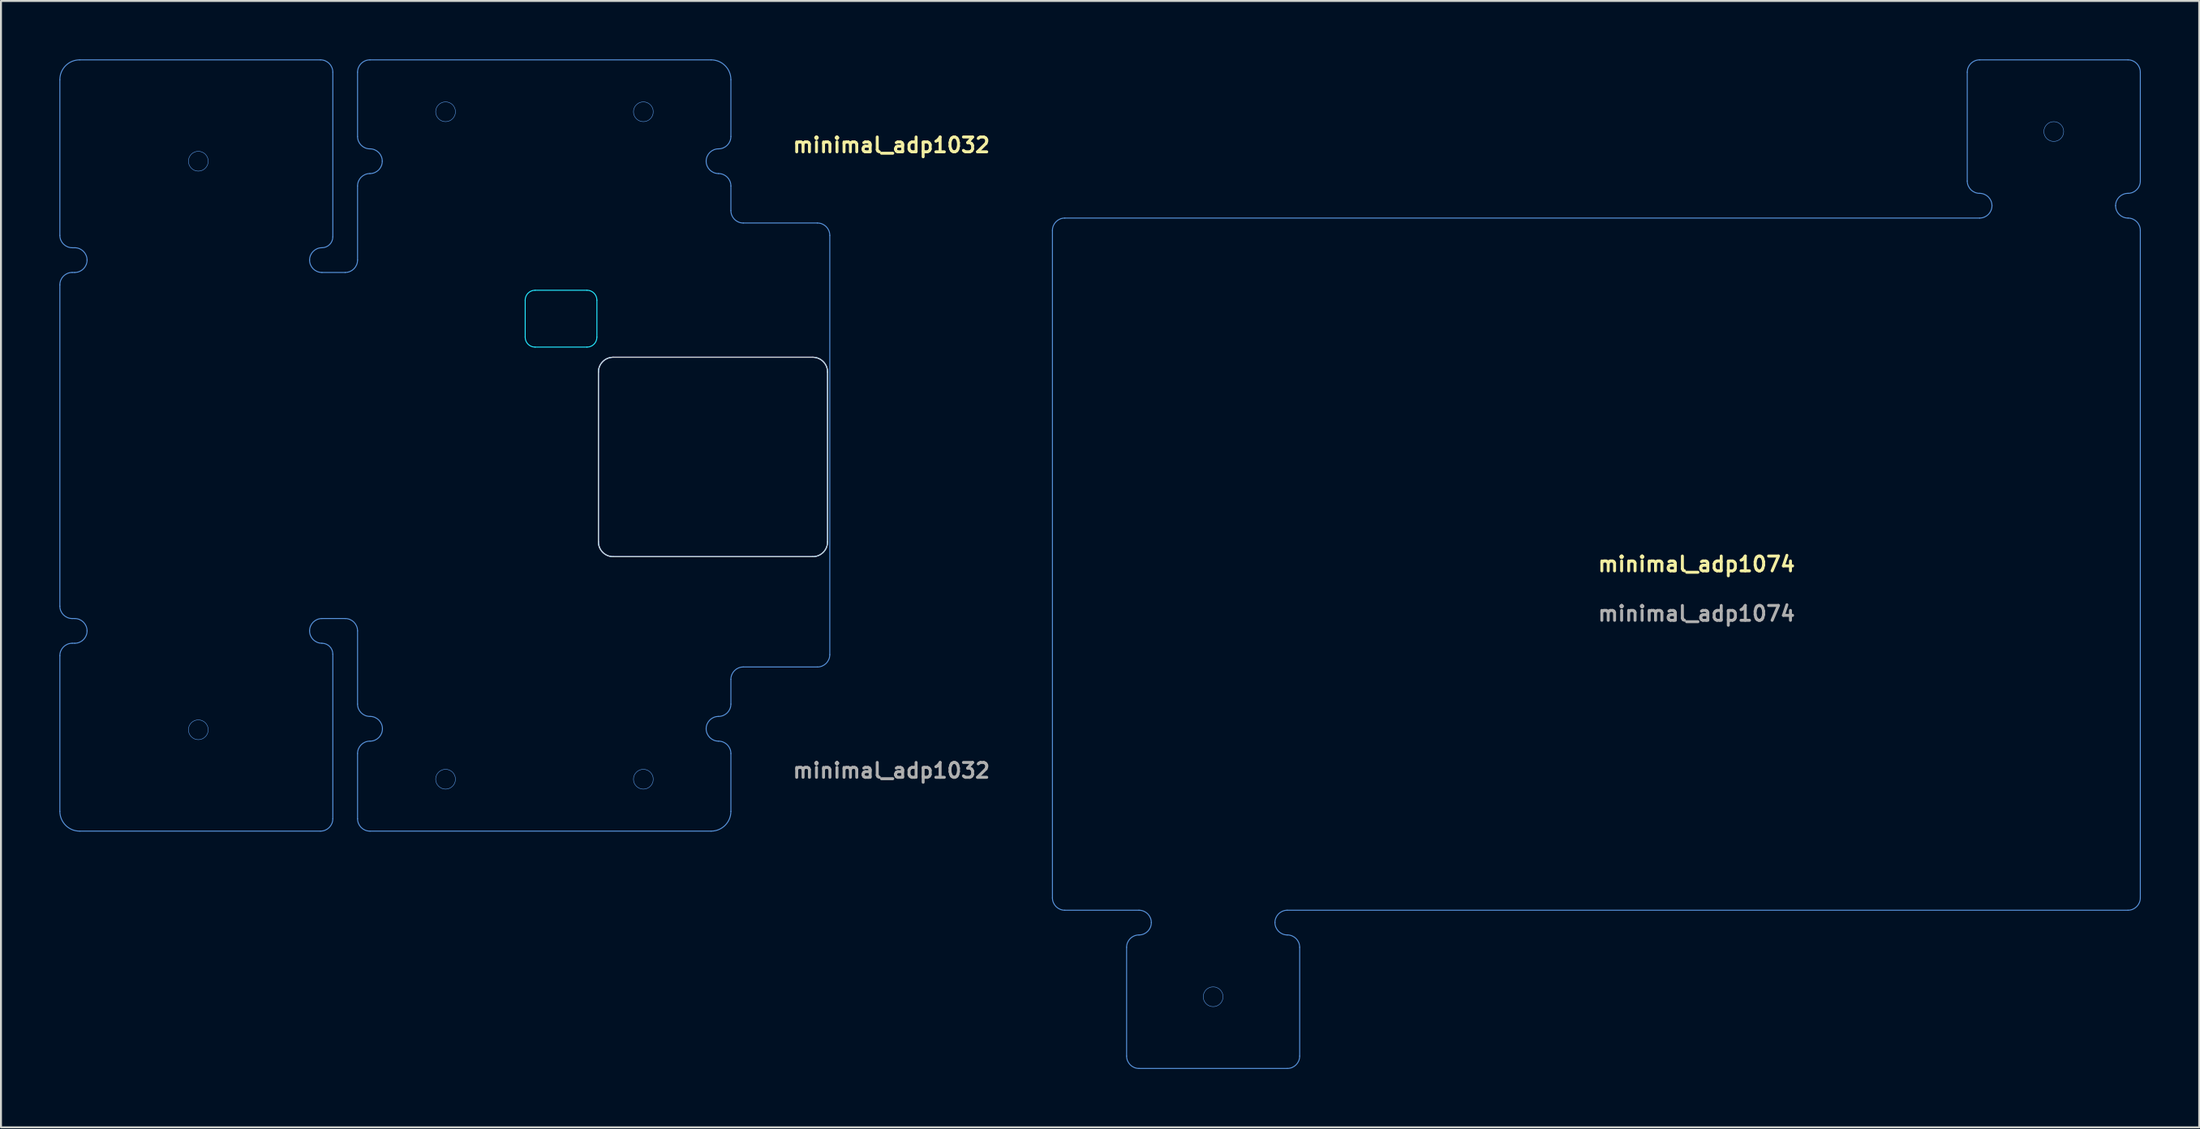
<source format=kicad_pcb>
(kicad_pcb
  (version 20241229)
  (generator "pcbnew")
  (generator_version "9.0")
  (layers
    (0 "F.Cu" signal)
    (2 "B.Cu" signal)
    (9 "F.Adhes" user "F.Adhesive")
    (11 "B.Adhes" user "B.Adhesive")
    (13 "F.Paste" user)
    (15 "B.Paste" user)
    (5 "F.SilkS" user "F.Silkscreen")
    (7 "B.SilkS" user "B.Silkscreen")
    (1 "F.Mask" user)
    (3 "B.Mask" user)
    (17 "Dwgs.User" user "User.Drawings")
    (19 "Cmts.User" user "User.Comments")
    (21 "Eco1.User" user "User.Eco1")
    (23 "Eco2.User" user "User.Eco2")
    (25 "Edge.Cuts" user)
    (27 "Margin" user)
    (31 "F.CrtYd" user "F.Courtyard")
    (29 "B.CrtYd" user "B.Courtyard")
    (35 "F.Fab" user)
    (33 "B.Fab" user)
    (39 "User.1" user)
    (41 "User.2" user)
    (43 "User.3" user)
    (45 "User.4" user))
  (footprint "minimal_adp1074"
    (layer "F.Cu")
    (at 78.949 25.933)
    (property "Reference" "minimal_adp1074" (at 0 0 0) (unlocked yes) (layer "F.SilkS") (effects (font (size 0.762 0.762) (thickness 0.152) (bold yes)) (justify left)))
    (fp_line (start -27.94 17.145) (end -27.94 -17.145) (stroke (width 0.05) (type default)) (layer "Cmts.User"))
    (fp_line (start -27.305 -17.78) (end 19.685 -17.78) (stroke (width 0.05) (type solid)) (layer "Cmts.User"))
    (fp_line (start -27.305 17.78) (end -23.495 17.78) (stroke (width 0.05) (type solid)) (layer "Cmts.User"))
    (fp_line (start -24.13 19.685) (end -24.13 25.273) (stroke (width 0.05) (type default)) (layer "Cmts.User"))
    (fp_line (start -15.875 25.908) (end -23.495 25.908) (stroke (width 0.05) (type default)) (layer "Cmts.User"))
    (fp_line (start -15.24 19.685) (end -15.24 25.273) (stroke (width 0.05) (type default)) (layer "Cmts.User"))
    (fp_line (start 19.05 -19.685) (end 19.05 -25.273) (stroke (width 0.05) (type default)) (layer "Cmts.User"))
    (fp_line (start 19.685 -25.908) (end 27.305 -25.908) (stroke (width 0.05) (type default)) (layer "Cmts.User"))
    (fp_line (start 27.305 17.78) (end -15.875 17.78) (stroke (width 0.05) (type solid)) (layer "Cmts.User"))
    (fp_line (start 27.94 -19.685) (end 27.94 -25.273) (stroke (width 0.05) (type default)) (layer "Cmts.User"))
    (fp_line (start 27.94 -17.145) (end 27.94 17.145) (stroke (width 0.05) (type default)) (layer "Cmts.User"))
    (fp_arc (start -27.94 -17.145) (mid -27.754013 -17.594013) (end -27.305 -17.78) (stroke (width 0.05) (type default)) (layer "Cmts.User"))
    (fp_arc (start -27.305 17.78) (mid -27.754013 17.594013) (end -27.94 17.145) (stroke (width 0.05) (type default)) (layer "Cmts.User"))
    (fp_arc (start -24.13 19.685) (mid -23.944013 19.235987) (end -23.495 19.05) (stroke (width 0.05) (type default)) (layer "Cmts.User"))
    (fp_arc (start -23.495 17.78) (mid -23.045987 17.965987) (end -22.86 18.415) (stroke (width 0.05) (type default)) (layer "Cmts.User"))
    (fp_arc (start -23.495 25.908) (mid -23.944013 25.722013) (end -24.13 25.273) (stroke (width 0.05) (type default)) (layer "Cmts.User"))
    (fp_arc (start -22.86 18.415) (mid -23.045987 18.864013) (end -23.495 19.05) (stroke (width 0.05) (type default)) (layer "Cmts.User"))
    (fp_arc (start -16.51 18.415) (mid -16.324013 17.965987) (end -15.875 17.78) (stroke (width 0.05) (type default)) (layer "Cmts.User"))
    (fp_arc (start -15.875 19.05) (mid -16.324013 18.864013) (end -16.51 18.415) (stroke (width 0.05) (type default)) (layer "Cmts.User"))
    (fp_arc (start -15.875 19.05) (mid -15.425987 19.235987) (end -15.24 19.685) (stroke (width 0.05) (type default)) (layer "Cmts.User"))
    (fp_arc (start -15.24 25.273) (mid -15.425987 25.722013) (end -15.875 25.908) (stroke (width 0.05) (type default)) (layer "Cmts.User"))
    (fp_arc (start 19.05 -25.273) (mid 19.235987 -25.722013) (end 19.685 -25.908) (stroke (width 0.05) (type default)) (layer "Cmts.User"))
    (fp_arc (start 19.685 -19.05) (mid 19.235987 -19.235987) (end 19.05 -19.685) (stroke (width 0.05) (type default)) (layer "Cmts.User"))
    (fp_arc (start 19.685 -19.05) (mid 20.134013 -18.864013) (end 20.32 -18.415) (stroke (width 0.05) (type default)) (layer "Cmts.User"))
    (fp_arc (start 20.32 -18.415) (mid 20.134013 -17.965987) (end 19.685 -17.78) (stroke (width 0.05) (type default)) (layer "Cmts.User"))
    (fp_arc (start 26.67 -18.415) (mid 26.855987 -18.864013) (end 27.305 -19.05) (stroke (width 0.05) (type default)) (layer "Cmts.User"))
    (fp_arc (start 27.305 -25.908) (mid 27.754013 -25.722013) (end 27.94 -25.273) (stroke (width 0.05) (type default)) (layer "Cmts.User"))
    (fp_arc (start 27.305 -17.78) (mid 26.855987 -17.965987) (end 26.67 -18.415) (stroke (width 0.05) (type default)) (layer "Cmts.User"))
    (fp_arc (start 27.305 -17.78) (mid 27.754013 -17.594013) (end 27.94 -17.145) (stroke (width 0.05) (type default)) (layer "Cmts.User"))
    (fp_arc (start 27.94 -19.685) (mid 27.754013 -19.235987) (end 27.305 -19.05) (stroke (width 0.05) (type default)) (layer "Cmts.User"))
    (fp_arc (start 27.94 17.145) (mid 27.754013 17.594013) (end 27.305 17.78) (stroke (width 0.05) (type default)) (layer "Cmts.User"))
    (fp_circle (center -19.685 22.225) (end -19.177 22.225) (stroke (width 0.025) (type solid)) (fill no) (layer "Cmts.User"))
    (fp_circle (center 23.495 -22.225) (end 24.003 -22.225) (stroke (width 0.025) (type solid)) (fill no) (layer "Cmts.User"))
    (fp_text user "${REFERENCE}" (at 0 2.54 0) (unlocked yes) (layer "F.Fab") (effects (font (size 0.762 0.762) (thickness 0.152) (bold yes)) (justify left))))
  (footprint "minimal_adp1032"
    (layer "F.Cu")
    (at 19.799 19.837)
    (property "Reference" "minimal_adp1032" (at 17.793 -14.986 0) (unlocked yes) (layer "F.SilkS") (effects (font (size 0.762 0.762) (thickness 0.152) (bold yes)) (justify left bottom)))
    (attr through_hole)
    (fp_line (start -19.774 -10.795) (end -19.774 -18.796) (stroke (width 0.05) (type default)) (layer "Cmts.User"))
    (fp_line (start -19.774 8.255) (end -19.774 -8.255) (stroke (width 0.05) (type default)) (layer "Cmts.User"))
    (fp_line (start -19.774 18.796) (end -19.774 10.795) (stroke (width 0.05) (type default)) (layer "Cmts.User"))
    (fp_line (start -19.012 -10.16) (end -19.139 -10.16) (stroke (width 0.05) (type default)) (layer "Cmts.User"))
    (fp_line (start -19.012 -8.89) (end -19.139 -8.89) (stroke (width 0.05) (type default)) (layer "Cmts.User"))
    (fp_line (start -19.012 8.89) (end -19.139 8.89) (stroke (width 0.05) (type default)) (layer "Cmts.User"))
    (fp_line (start -19.012 10.16) (end -19.139 10.16) (stroke (width 0.05) (type default)) (layer "Cmts.User"))
    (fp_line (start -18.758 -19.812) (end -6.388 -19.812) (stroke (width 0.05) (type default)) (layer "Cmts.User"))
    (fp_line (start -6.388 19.812) (end -18.758 19.812) (stroke (width 0.05) (type default)) (layer "Cmts.User"))
    (fp_line (start -6.312 -8.89) (end -5.118 -8.89) (stroke (width 0.05) (type default)) (layer "Cmts.User"))
    (fp_line (start -5.753 -19.177) (end -5.753 -10.719) (stroke (width 0.05) (type default)) (layer "Cmts.User"))
    (fp_line (start -5.753 10.719) (end -5.753 19.177) (stroke (width 0.05) (type default)) (layer "Cmts.User"))
    (fp_line (start -5.118 8.89) (end -6.312 8.89) (stroke (width 0.05) (type default)) (layer "Cmts.User"))
    (fp_line (start -4.483 -19.177) (end -4.483 -15.875) (stroke (width 0.05) (type default)) (layer "Cmts.User"))
    (fp_line (start -4.483 -13.335) (end -4.483 -9.525) (stroke (width 0.05) (type default)) (layer "Cmts.User"))
    (fp_line (start -4.483 9.525) (end -4.483 13.284) (stroke (width 0.05) (type default)) (layer "Cmts.User"))
    (fp_line (start -4.483 15.824) (end -4.483 19.177) (stroke (width 0.05) (type default)) (layer "Cmts.User"))
    (fp_line (start -3.848 -19.812) (end 13.678 -19.812) (stroke (width 0.05) (type default)) (layer "Cmts.User"))
    (fp_line (start 13.678 19.812) (end -3.848 19.812) (stroke (width 0.05) (type default)) (layer "Cmts.User"))
    (fp_line (start 14.694 -18.796) (end 14.694 -15.875) (stroke (width 0.05) (type default)) (layer "Cmts.User"))
    (fp_line (start 14.694 -12.065) (end 14.694 -13.335) (stroke (width 0.05) (type default)) (layer "Cmts.User"))
    (fp_line (start 14.694 12.014) (end 14.694 13.284) (stroke (width 0.05) (type default)) (layer "Cmts.User"))
    (fp_line (start 14.694 15.824) (end 14.694 18.796) (stroke (width 0.05) (type default)) (layer "Cmts.User"))
    (fp_line (start 15.329 -11.43) (end 19.139 -11.43) (stroke (width 0.05) (type default)) (layer "Cmts.User"))
    (fp_line (start 19.139 11.379) (end 15.329 11.379) (stroke (width 0.05) (type default)) (layer "Cmts.User"))
    (fp_line (start 19.774 -10.795) (end 19.774 10.744) (stroke (width 0.05) (type default)) (layer "Cmts.User"))
    (fp_arc (start -19.7739 -18.796) (mid -19.47632 -19.51442) (end -18.7579 -19.812) (stroke (width 0.05) (type default)) (layer "Cmts.User"))
    (fp_arc (start -19.7739 -8.255) (mid -19.587913 -8.704013) (end -19.1389 -8.89) (stroke (width 0.05) (type default)) (layer "Cmts.User"))
    (fp_arc (start -19.7739 10.795) (mid -19.587913 10.345987) (end -19.1389 10.16) (stroke (width 0.05) (type default)) (layer "Cmts.User"))
    (fp_arc (start -19.1389 -10.16) (mid -19.587913 -10.345987) (end -19.7739 -10.795) (stroke (width 0.05) (type default)) (layer "Cmts.User"))
    (fp_arc (start -19.1389 8.89) (mid -19.587913 8.704013) (end -19.7739 8.255) (stroke (width 0.05) (type default)) (layer "Cmts.User"))
    (fp_arc (start -19.0119 -10.16) (mid -18.562887 -9.974013) (end -18.3769 -9.525) (stroke (width 0.05) (type default)) (layer "Cmts.User"))
    (fp_arc (start -19.0119 8.89) (mid -18.562887 9.075987) (end -18.3769 9.525) (stroke (width 0.05) (type default)) (layer "Cmts.User"))
    (fp_arc (start -18.7579 19.812) (mid -19.47632 19.51442) (end -19.7739 18.796) (stroke (width 0.05) (type default)) (layer "Cmts.User"))
    (fp_arc (start -18.3769 -9.525) (mid -18.562887 -9.075987) (end -19.0119 -8.89) (stroke (width 0.05) (type default)) (layer "Cmts.User"))
    (fp_arc (start -18.3769 9.525) (mid -18.562887 9.974013) (end -19.0119 10.16) (stroke (width 0.05) (type default)) (layer "Cmts.User"))
    (fp_arc (start -6.9469 -9.525) (mid -6.760913 -9.974013) (end -6.3119 -10.16) (stroke (width 0.05) (type default)) (layer "Cmts.User"))
    (fp_arc (start -6.9469 9.525) (mid -6.760913 9.075987) (end -6.3119 8.89) (stroke (width 0.05) (type default)) (layer "Cmts.User"))
    (fp_arc (start -6.3881 -19.812) (mid -5.939087 -19.626013) (end -5.7531 -19.177) (stroke (width 0.05) (type default)) (layer "Cmts.User"))
    (fp_arc (start -6.3119 -8.89) (mid -6.760913 -9.075987) (end -6.9469 -9.525) (stroke (width 0.05) (type default)) (layer "Cmts.User"))
    (fp_arc (start -6.3119 10.16) (mid -6.760913 9.974013) (end -6.9469 9.525) (stroke (width 0.05) (type default)) (layer "Cmts.User"))
    (fp_arc (start -6.3119 10.16) (mid -5.916769 10.323669) (end -5.7531 10.7188) (stroke (width 0.05) (type default)) (layer "Cmts.User"))
    (fp_arc (start -5.7531 -10.7188) (mid -5.916769 -10.323669) (end -6.3119 -10.16) (stroke (width 0.05) (type default)) (layer "Cmts.User"))
    (fp_arc (start -5.7531 19.177) (mid -5.939087 19.626013) (end -6.3881 19.812) (stroke (width 0.05) (type default)) (layer "Cmts.User"))
    (fp_arc (start -5.1181 8.89) (mid -4.669087 9.075987) (end -4.4831 9.525) (stroke (width 0.05) (type default)) (layer "Cmts.User"))
    (fp_arc (start -4.4831 -19.177) (mid -4.297113 -19.626013) (end -3.8481 -19.812) (stroke (width 0.05) (type default)) (layer "Cmts.User"))
    (fp_arc (start -4.4831 -13.335) (mid -4.297113 -13.784013) (end -3.8481 -13.97) (stroke (width 0.05) (type default)) (layer "Cmts.User"))
    (fp_arc (start -4.4831 -9.525) (mid -4.669087 -9.075987) (end -5.1181 -8.89) (stroke (width 0.05) (type default)) (layer "Cmts.User"))
    (fp_arc (start -4.4831 15.8242) (mid -4.297113 15.375187) (end -3.8481 15.1892) (stroke (width 0.05) (type default)) (layer "Cmts.User"))
    (fp_arc (start -3.8481 -15.24) (mid -4.297113 -15.425987) (end -4.4831 -15.875) (stroke (width 0.05) (type default)) (layer "Cmts.User"))
    (fp_arc (start -3.8481 -15.24) (mid -3.399087 -15.054013) (end -3.2131 -14.605) (stroke (width 0.05) (type default)) (layer "Cmts.User"))
    (fp_arc (start -3.8481 13.9192) (mid -4.297113 13.733213) (end -4.4831 13.2842) (stroke (width 0.05) (type default)) (layer "Cmts.User"))
    (fp_arc (start -3.8481 19.812) (mid -4.297113 19.626013) (end -4.4831 19.177) (stroke (width 0.05) (type default)) (layer "Cmts.User"))
    (fp_arc (start -3.839913 13.9192) (mid -3.3909 14.105187) (end -3.204913 14.5542) (stroke (width 0.05) (type default)) (layer "Cmts.User"))
    (fp_arc (start -3.2131 -14.605) (mid -3.399087 -14.155987) (end -3.8481 -13.97) (stroke (width 0.05) (type default)) (layer "Cmts.User"))
    (fp_arc (start -3.204913 14.5542) (mid -3.3909 15.003213) (end -3.839913 15.1892) (stroke (width 0.05) (type default)) (layer "Cmts.User"))
    (fp_arc (start 13.4239 -14.605) (mid 13.609887 -15.054013) (end 14.0589 -15.24) (stroke (width 0.05) (type default)) (layer "Cmts.User"))
    (fp_arc (start 13.4239 14.5542) (mid 13.609887 14.105187) (end 14.0589 13.9192) (stroke (width 0.05) (type default)) (layer "Cmts.User"))
    (fp_arc (start 13.6779 -19.812) (mid 14.39632 -19.51442) (end 14.6939 -18.796) (stroke (width 0.05) (type default)) (layer "Cmts.User"))
    (fp_arc (start 14.0589 -13.97) (mid 13.609887 -14.155987) (end 13.4239 -14.605) (stroke (width 0.05) (type default)) (layer "Cmts.User"))
    (fp_arc (start 14.0589 -13.97) (mid 14.507913 -13.784013) (end 14.6939 -13.335) (stroke (width 0.05) (type default)) (layer "Cmts.User"))
    (fp_arc (start 14.0589 15.1892) (mid 13.609887 15.003213) (end 13.4239 14.5542) (stroke (width 0.05) (type default)) (layer "Cmts.User"))
    (fp_arc (start 14.0589 15.1892) (mid 14.507913 15.375187) (end 14.6939 15.8242) (stroke (width 0.05) (type default)) (layer "Cmts.User"))
    (fp_arc (start 14.6939 -15.875) (mid 14.507913 -15.425987) (end 14.0589 -15.24) (stroke (width 0.05) (type default)) (layer "Cmts.User"))
    (fp_arc (start 14.6939 12.0142) (mid 14.879887 11.565187) (end 15.3289 11.3792) (stroke (width 0.05) (type default)) (layer "Cmts.User"))
    (fp_arc (start 14.6939 13.2842) (mid 14.507913 13.733213) (end 14.0589 13.9192) (stroke (width 0.05) (type default)) (layer "Cmts.User"))
    (fp_arc (start 14.6939 18.796) (mid 14.39632 19.51442) (end 13.6779 19.812) (stroke (width 0.05) (type default)) (layer "Cmts.User"))
    (fp_arc (start 15.3289 -11.43) (mid 14.879887 -11.615987) (end 14.6939 -12.065) (stroke (width 0.05) (type default)) (layer "Cmts.User"))
    (fp_arc (start 19.1389 -11.43) (mid 19.587913 -11.244013) (end 19.7739 -10.795) (stroke (width 0.05) (type default)) (layer "Cmts.User"))
    (fp_arc (start 19.7739 10.7442) (mid 19.587913 11.193213) (end 19.1389 11.3792) (stroke (width 0.05) (type default)) (layer "Cmts.User"))
    (fp_circle (center -12.662 -14.605) (end -12.154 -14.605) (stroke (width 0.025) (type default)) (fill no) (layer "Cmts.User"))
    (fp_circle (center -12.662 14.605) (end -12.154 14.605) (stroke (width 0.025) (type default)) (fill no) (layer "Cmts.User"))
    (fp_circle (center 0.038 -17.145) (end 0.546 -17.145) (stroke (width 0.025) (type default)) (fill no) (layer "Cmts.User"))
    (fp_circle (center 0.038 17.145) (end 0.546 17.145) (stroke (width 0.025) (type default)) (fill no) (layer "Cmts.User"))
    (fp_circle (center 10.198 -17.145) (end 10.706 -17.145) (stroke (width 0.025) (type default)) (fill no) (layer "Cmts.User"))
    (fp_circle (center 10.198 17.145) (end 10.706 17.145) (stroke (width 0.025) (type default)) (fill no) (layer "Cmts.User"))
    (fp_line (start 7.889 4.95) (end 7.889 -3.772) (stroke (width 0.05) (type default)) (layer "Edge.Cuts"))
    (fp_line (start 8.651 -4.534) (end 18.898 -4.534) (stroke (width 0.05) (type default)) (layer "Edge.Cuts"))
    (fp_line (start 18.898 5.712) (end 8.651 5.712) (stroke (width 0.05) (type default)) (layer "Edge.Cuts"))
    (fp_line (start 19.66 -3.772) (end 19.66 4.95) (stroke (width 0.05) (type default)) (layer "Edge.Cuts"))
    (fp_arc (start 7.88924 -3.7719) (mid 8.112425 -4.310715) (end 8.65124 -4.5339) (stroke (width 0.05) (type default)) (layer "Edge.Cuts"))
    (fp_arc (start 8.65124 5.71246) (mid 8.112425 5.489275) (end 7.88924 4.95046) (stroke (width 0.05) (type default)) (layer "Edge.Cuts"))
    (fp_arc (start 18.8976 -4.5339) (mid 19.436415 -4.310715) (end 19.6596 -3.7719) (stroke (width 0.05) (type default)) (layer "Edge.Cuts"))
    (fp_arc (start 19.6596 4.95046) (mid 19.436436 5.489296) (end 18.8976 5.71246) (stroke (width 0.05) (type default)) (layer "Edge.Cuts"))
    (fp_line (start 4.128 -5.563) (end 4.128 -7.468) (stroke (width 0.05) (type default)) (layer "B.CrtYd"))
    (fp_line (start 4.636 -7.976) (end 7.303 -7.976) (stroke (width 0.05) (type default)) (layer "B.CrtYd"))
    (fp_line (start 7.303 -5.055) (end 4.636 -5.055) (stroke (width 0.05) (type default)) (layer "B.CrtYd"))
    (fp_line (start 7.811 -7.468) (end 7.811 -5.563) (stroke (width 0.05) (type default)) (layer "B.CrtYd"))
    (fp_line (start 7.889 4.95) (end 7.889 -3.772) (stroke (width 0.05) (type default)) (layer "B.CrtYd"))
    (fp_line (start 8.651 -4.534) (end 18.898 -4.534) (stroke (width 0.05) (type default)) (layer "B.CrtYd"))
    (fp_line (start 18.898 5.712) (end 8.651 5.712) (stroke (width 0.05) (type default)) (layer "B.CrtYd"))
    (fp_line (start 19.66 -3.772) (end 19.66 4.95) (stroke (width 0.05) (type default)) (layer "B.CrtYd"))
    (fp_arc (start 4.1275 -7.4676) (mid 4.27629 -7.82681) (end 4.6355 -7.9756) (stroke (width 0.05) (type default)) (layer "B.CrtYd"))
    (fp_arc (start 4.6355 -5.0546) (mid 4.27629 -5.20339) (end 4.1275 -5.5626) (stroke (width 0.05) (type default)) (layer "B.CrtYd"))
    (fp_arc (start 7.3025 -7.9756) (mid 7.66171 -7.82681) (end 7.8105 -7.4676) (stroke (width 0.05) (type default)) (layer "B.CrtYd"))
    (fp_arc (start 7.8105 -5.5626) (mid 7.66171 -5.20339) (end 7.3025 -5.0546) (stroke (width 0.05) (type default)) (layer "B.CrtYd"))
    (fp_arc (start 7.88924 -3.7719) (mid 8.112425 -4.310715) (end 8.65124 -4.5339) (stroke (width 0.05) (type default)) (layer "B.CrtYd"))
    (fp_arc (start 8.65124 5.71246) (mid 8.112425 5.489275) (end 7.88924 4.95046) (stroke (width 0.05) (type default)) (layer "B.CrtYd"))
    (fp_arc (start 18.8976 -4.5339) (mid 19.436415 -4.310715) (end 19.6596 -3.7719) (stroke (width 0.05) (type default)) (layer "B.CrtYd"))
    (fp_arc (start 19.6596 4.95046) (mid 19.436415 5.489275) (end 18.8976 5.71246) (stroke (width 0.05) (type default)) (layer "B.CrtYd"))
    (fp_line (start 7.889 4.95) (end 7.889 -3.772) (stroke (width 0.05) (type default)) (layer "F.CrtYd"))
    (fp_line (start 8.651 -4.534) (end 18.898 -4.534) (stroke (width 0.05) (type default)) (layer "F.CrtYd"))
    (fp_line (start 18.898 5.712) (end 8.651 5.712) (stroke (width 0.05) (type default)) (layer "F.CrtYd"))
    (fp_line (start 19.66 -3.772) (end 19.66 4.95) (stroke (width 0.05) (type default)) (layer "F.CrtYd"))
    (fp_arc (start 7.88924 -3.7719) (mid 8.112425 -4.310715) (end 8.65124 -4.5339) (stroke (width 0.05) (type default)) (layer "F.CrtYd"))
    (fp_arc (start 8.65124 5.71246) (mid 8.112425 5.489275) (end 7.88924 4.95046) (stroke (width 0.05) (type default)) (layer "F.CrtYd"))
    (fp_arc (start 18.8976 -4.5339) (mid 19.436415 -4.310715) (end 19.6596 -3.7719) (stroke (width 0.05) (type default)) (layer "F.CrtYd"))
    (fp_arc (start 19.6596 4.95046) (mid 19.436415 5.489275) (end 18.8976 5.71246) (stroke (width 0.05) (type default)) (layer "F.CrtYd"))
    (fp_text user "${REFERENCE}" (at 17.793 16.256 0) (unlocked yes) (layer "F.Fab") (effects (font (size 0.762 0.762) (thickness 0.152) (bold yes)) (justify left top))))
  (gr_rect
    (start -3 -3)
    (end 109.914 54.866)
    (stroke (width 0.1) (type default))
    (fill no)
    (layer "Edge.Cuts")))
</source>
